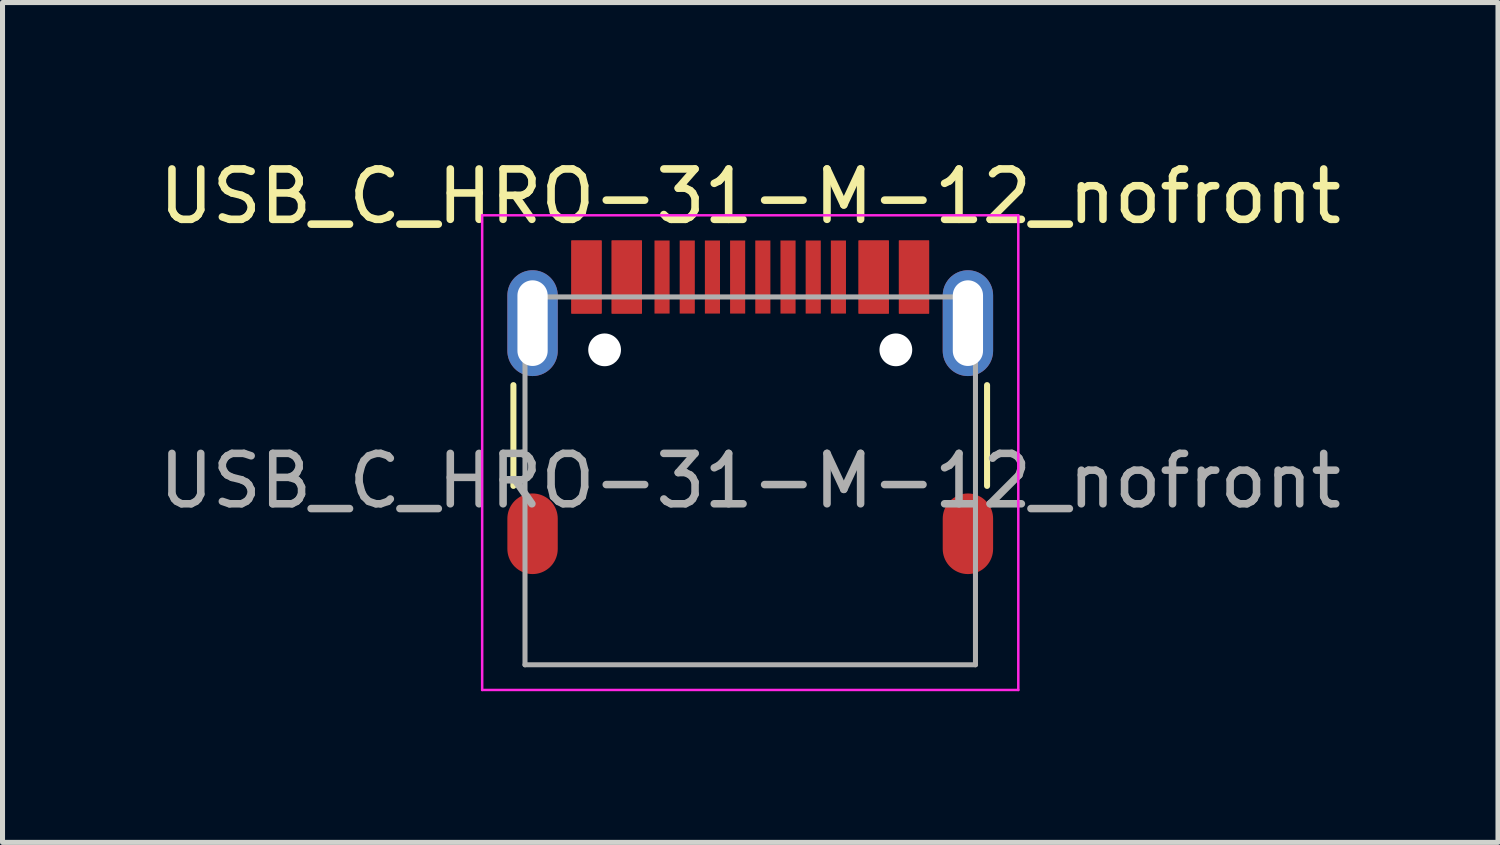
<source format=kicad_pcb>
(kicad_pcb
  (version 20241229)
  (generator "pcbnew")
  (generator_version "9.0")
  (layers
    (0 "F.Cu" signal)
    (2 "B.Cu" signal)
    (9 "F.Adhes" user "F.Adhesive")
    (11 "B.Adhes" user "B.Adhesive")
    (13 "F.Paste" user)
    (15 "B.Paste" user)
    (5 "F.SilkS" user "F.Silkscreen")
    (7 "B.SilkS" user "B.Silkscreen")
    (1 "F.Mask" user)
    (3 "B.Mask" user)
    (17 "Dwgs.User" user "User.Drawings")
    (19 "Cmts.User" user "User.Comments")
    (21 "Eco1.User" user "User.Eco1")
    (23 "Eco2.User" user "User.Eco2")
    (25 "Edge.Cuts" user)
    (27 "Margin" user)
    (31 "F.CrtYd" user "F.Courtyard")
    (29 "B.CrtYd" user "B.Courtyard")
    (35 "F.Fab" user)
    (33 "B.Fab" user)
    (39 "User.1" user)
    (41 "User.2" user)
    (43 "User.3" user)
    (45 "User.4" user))
  (footprint "USB_C_HRO-31-M-12_nofront"
    (layer "F.Cu")
    (at 11.839 6.493)
    (property "Reference" "USB_C_HRO-31-M-12_nofront" (at 0 -5.645 0) (layer "F.SilkS") (effects (font (size 1 1) (thickness 0.15))))
    (attr smd)
    (fp_line (start -4.7 -1.9) (end -4.7 0.1) (stroke (width 0.12) (type solid)) (layer "F.SilkS"))
    (fp_line (start 4.7 -1.9) (end 4.7 0.1) (stroke (width 0.12) (type solid)) (layer "F.SilkS"))
    (fp_line (start -5.32 -5.27) (end -5.32 4.15) (stroke (width 0.05) (type solid)) (layer "F.CrtYd"))
    (fp_line (start -5.32 -5.27) (end 5.32 -5.27) (stroke (width 0.05) (type solid)) (layer "F.CrtYd"))
    (fp_line (start -5.32 4.15) (end 5.32 4.15) (stroke (width 0.05) (type solid)) (layer "F.CrtYd"))
    (fp_line (start 5.32 -5.27) (end 5.32 4.15) (stroke (width 0.05) (type solid)) (layer "F.CrtYd"))
    (fp_line (start -4.47 -3.65) (end -4.47 3.65) (stroke (width 0.1) (type solid)) (layer "F.Fab"))
    (fp_line (start -4.47 -3.65) (end 4.47 -3.65) (stroke (width 0.1) (type solid)) (layer "F.Fab"))
    (fp_line (start -4.47 3.65) (end 4.47 3.65) (stroke (width 0.1) (type solid)) (layer "F.Fab"))
    (fp_line (start 4.47 -3.65) (end 4.47 3.65) (stroke (width 0.1) (type solid)) (layer "F.Fab"))
    (fp_text user "${REFERENCE}" (at 0 0 0) (layer "F.Fab") (effects (font (size 1 1) (thickness 0.15))))
    (pad "" np_thru_hole circle (at -2.89 -2.6) (size 0.65 0.65) (drill 0.65) (layers "*.Cu" "*.Mask"))
    (pad "" np_thru_hole circle (at 2.89 -2.6) (size 0.65 0.65) (drill 0.65) (layers "*.Cu" "*.Mask"))
    (pad "A1" smd rect (at -3.25 -4.045) (size 0.6 1.45) (layers "F.Cu" "F.Mask" "F.Paste"))
    (pad "A4" smd rect (at -2.45 -4.045) (size 0.6 1.45) (layers "F.Cu" "F.Mask" "F.Paste"))
    (pad "A5" smd rect (at -1.25 -4.045) (size 0.3 1.45) (layers "F.Cu" "F.Mask" "F.Paste"))
    (pad "A6" smd rect (at -0.25 -4.045) (size 0.3 1.45) (layers "F.Cu" "F.Mask" "F.Paste"))
    (pad "A7" smd rect (at 0.25 -4.045) (size 0.3 1.45) (layers "F.Cu" "F.Mask" "F.Paste"))
    (pad "A8" smd rect (at 1.25 -4.045) (size 0.3 1.45) (layers "F.Cu" "F.Mask" "F.Paste"))
    (pad "A9" smd rect (at 2.45 -4.045) (size 0.6 1.45) (layers "F.Cu" "F.Mask" "F.Paste"))
    (pad "A12" smd rect (at 3.25 -4.045) (size 0.6 1.45) (layers "F.Cu" "F.Mask" "F.Paste"))
    (pad "B1" smd rect (at 3.25 -4.045) (size 0.6 1.45) (layers "F.Cu" "F.Mask" "F.Paste"))
    (pad "B4" smd rect (at 2.45 -4.045) (size 0.6 1.45) (layers "F.Cu" "F.Mask" "F.Paste"))
    (pad "B5" smd rect (at 1.75 -4.045) (size 0.3 1.45) (layers "F.Cu" "F.Mask" "F.Paste"))
    (pad "B6" smd rect (at 0.75 -4.045) (size 0.3 1.45) (layers "F.Cu" "F.Mask" "F.Paste"))
    (pad "B7" smd rect (at -0.75 -4.045) (size 0.3 1.45) (layers "F.Cu" "F.Mask" "F.Paste"))
    (pad "B8" smd rect (at -1.75 -4.045) (size 0.3 1.45) (layers "F.Cu" "F.Mask" "F.Paste"))
    (pad "B9" smd rect (at -2.45 -4.045) (size 0.6 1.45) (layers "F.Cu" "F.Mask" "F.Paste"))
    (pad "B12" smd rect (at -3.25 -4.045) (size 0.6 1.45) (layers "F.Cu" "F.Mask" "F.Paste"))
    (pad "S1" thru_hole oval (at -4.32 -3.13) (size 1 2.1) (drill oval 0.6 1.7) (layers "*.Cu" "*.Mask"))
    (pad "S1" smd oval (at -4.32 1.05) (size 1 1.6) (layers "F.Cu" "F.Mask"))
    (pad "S1" thru_hole oval (at 4.32 -3.13) (size 1 2.1) (drill oval 0.6 1.7) (layers "*.Cu" "*.Mask"))
    (pad "S1" smd oval (at 4.32 1.05) (size 1 1.6) (layers "F.Cu" "F.Mask")))
  (gr_rect
    (start -3 -3)
    (end 26.679 13.668)
    (stroke (width 0.1) (type default))
    (fill no)
    (layer "Edge.Cuts")))
</source>
